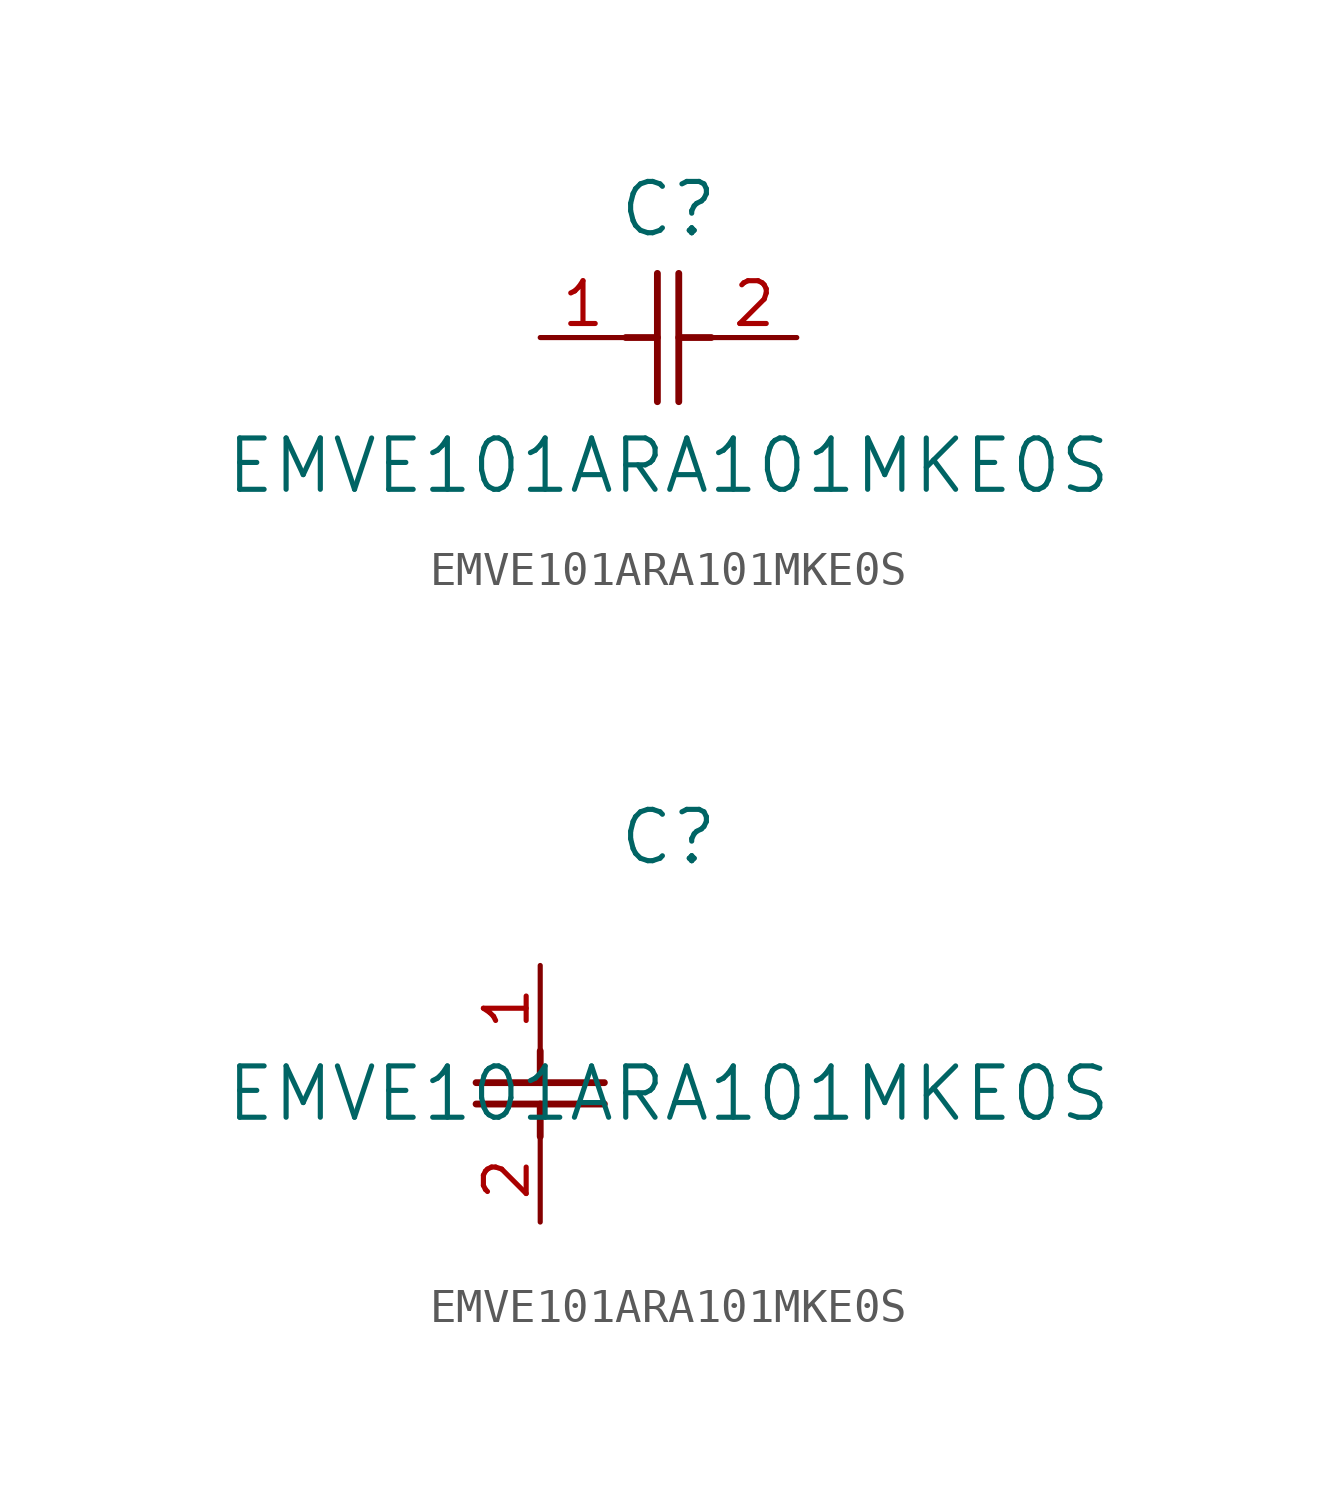
<source format=kicad_sym>
(kicad_symbol_lib
  (version 20211014)
  (generator kicad_symbol_editor)
  (symbol "EMVE101ARA101MKE0S"
    (pin_names
      (offset 0.254))
    (property "Reference" "C"
      (at 3.81 3.81 0)
      (effects (font (size 1.524 1.524))))
    (property "Value" "EMVE101ARA101MKE0S"
      (at 3.81 -3.81 0)
      (effects (font (size 1.524 1.524))))
    (symbol "EMVE101ARA101MKE0S_1_1"
      (polyline (pts (xy 3.48 -1.905) (xy 3.48 1.905)) (stroke (width 0.203) (type default) (color 0 0 0 0)) (fill (type none)))
      (polyline (pts (xy 4.115 -1.905) (xy 4.115 1.905)) (stroke (width 0.203) (type default) (color 0 0 0 0)) (fill (type none)))
      (polyline (pts (xy 4.115 0) (xy 5.08 0)) (stroke (width 0.203) (type default) (color 0 0 0 0)) (fill (type none)))
      (polyline (pts (xy 2.54 0) (xy 3.48 0)) (stroke (width 0.203) (type default) (color 0 0 0 0)) (fill (type none)))
      (pin unspecified line (at 0 0 0) (length 2.54) (name "" (effects (font (size 1.27 1.27)))) (number "1" (effects (font (size 1.27 1.27)))))
      (pin unspecified line (at 7.62 0 180) (length 2.54) (name "" (effects (font (size 1.27 1.27)))) (number "2" (effects (font (size 1.27 1.27))))))
    (symbol "EMVE101ARA101MKE0S_1_2"
      (polyline (pts (xy -1.905 -3.48) (xy 1.905 -3.48)) (stroke (width 0.203) (type default) (color 0 0 0 0)) (fill (type none)))
      (polyline (pts (xy -1.905 -4.115) (xy 1.905 -4.115)) (stroke (width 0.203) (type default) (color 0 0 0 0)) (fill (type none)))
      (polyline (pts (xy 0 -4.115) (xy 0 -5.08)) (stroke (width 0.203) (type default) (color 0 0 0 0)) (fill (type none)))
      (polyline (pts (xy 0 -2.54) (xy 0 -3.48)) (stroke (width 0.203) (type default) (color 0 0 0 0)) (fill (type none)))
      (pin unspecified line (at 0 0 270) (length 2.54) (name "" (effects (font (size 1.27 1.27)))) (number "1" (effects (font (size 1.27 1.27)))))
      (pin unspecified line (at 0 -7.62 90) (length 2.54) (name "" (effects (font (size 1.27 1.27)))) (number "2" (effects (font (size 1.27 1.27))))))))
</source>
